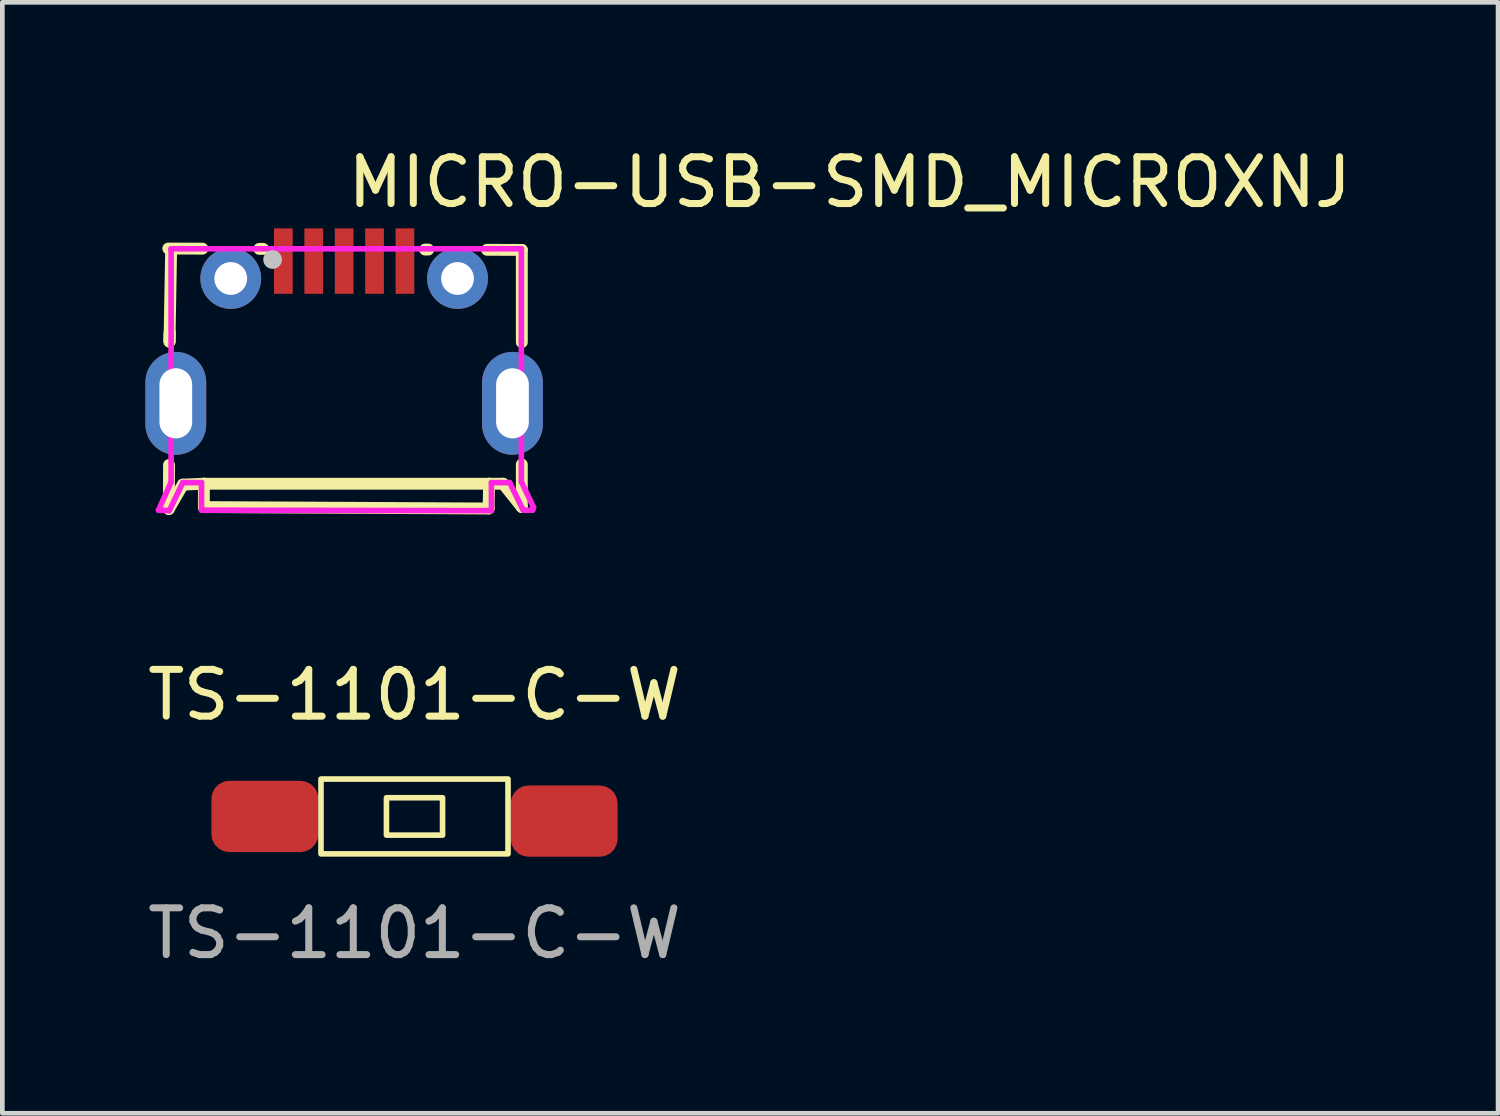
<source format=kicad_pcb>
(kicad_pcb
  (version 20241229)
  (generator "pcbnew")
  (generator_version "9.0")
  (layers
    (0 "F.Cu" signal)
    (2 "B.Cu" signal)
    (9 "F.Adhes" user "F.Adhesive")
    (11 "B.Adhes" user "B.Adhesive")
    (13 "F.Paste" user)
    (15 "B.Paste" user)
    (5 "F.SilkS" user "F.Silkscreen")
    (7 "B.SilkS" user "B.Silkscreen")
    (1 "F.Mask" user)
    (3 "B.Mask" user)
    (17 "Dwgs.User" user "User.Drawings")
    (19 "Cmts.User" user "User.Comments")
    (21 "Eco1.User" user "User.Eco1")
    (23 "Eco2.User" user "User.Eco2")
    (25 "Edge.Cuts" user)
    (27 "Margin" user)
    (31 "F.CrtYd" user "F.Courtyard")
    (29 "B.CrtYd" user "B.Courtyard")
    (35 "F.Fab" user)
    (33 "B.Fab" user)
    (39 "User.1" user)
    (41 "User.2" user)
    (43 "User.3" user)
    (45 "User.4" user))
  (footprint "MICRO-USB-SMD_MICROXNJ"
    (layer "F.Cu")
    (at 4.31 4.055)
    (property "Reference" "MICRO-USB-SMD_MICROXNJ" (at 0 -3.207 0) (layer "F.SilkS") (effects (font (size 1 1) (thickness 0.15)) (justify left)))
    (attr through_hole)
    (fp_line (start -3.76 -1.79) (end -3.031 -1.787) (stroke (width 0.254) (type solid)) (layer "F.SilkS"))
    (fp_line (start -3.75 3.78) (end -3.745 2.84) (stroke (width 0.254) (type solid)) (layer "F.SilkS"))
    (fp_line (start -3.735 0.201) (end -3.731 -0.007) (stroke (width 0.254) (type solid)) (layer "F.SilkS"))
    (fp_line (start -3.735 0.201) (end -3.7 -1.76) (stroke (width 0.254) (type solid)) (layer "F.SilkS"))
    (fp_line (start -3.733 0.2) (end -3.732 0.026) (stroke (width 0.254) (type solid)) (layer "F.SilkS"))
    (fp_line (start -3.45 3.26) (end -3.75 3.78) (stroke (width 0.254) (type solid)) (layer "F.SilkS"))
    (fp_line (start -3 3.24) (end -3.45 3.26) (stroke (width 0.254) (type solid)) (layer "F.SilkS"))
    (fp_line (start -3 3.24) (end -3 3.74) (stroke (width 0.254) (type solid)) (layer "F.SilkS"))
    (fp_line (start -3 3.24) (end 3.1 3.24) (stroke (width 0.254) (type solid)) (layer "F.SilkS"))
    (fp_line (start -3 3.74) (end 3.09 3.77) (stroke (width 0.254) (type solid)) (layer "F.SilkS"))
    (fp_line (start -1.814 -1.782) (end -1.731 -1.782) (stroke (width 0.254) (type solid)) (layer "F.SilkS"))
    (fp_line (start 1.731 -1.768) (end 1.799 -1.768) (stroke (width 0.254) (type solid)) (layer "F.SilkS"))
    (fp_line (start 3.056 -1.763) (end 3.8 -1.76) (stroke (width 0.254) (type solid)) (layer "F.SilkS"))
    (fp_line (start 3.09 3.77) (end 3.1 3.24) (stroke (width 0.254) (type solid)) (layer "F.SilkS"))
    (fp_line (start 3.1 3.24) (end 3.4 3.24) (stroke (width 0.254) (type solid)) (layer "F.SilkS"))
    (fp_line (start 3.4 3.24) (end 3.8 3.74) (stroke (width 0.254) (type solid)) (layer "F.SilkS"))
    (fp_line (start 3.8 -1.76) (end 3.8 0.213) (stroke (width 0.254) (type solid)) (layer "F.SilkS"))
    (fp_line (start 3.8 3.74) (end 3.8 2.829) (stroke (width 0.254) (type solid)) (layer "F.SilkS"))
    (fp_circle (center -2.425 -1.149) (end -2.1 -1.149) (stroke (width 0.65) (type solid)) (fill no) (layer "F.Paste"))
    (fp_circle (center 2.425 -1.149) (end 2.75 -1.149) (stroke (width 0.65) (type solid)) (fill no) (layer "F.Paste"))
    (fp_poly (pts (xy -1.1 -2.221) (xy -1.5 -2.221) (xy -1.5 -1.021) (xy -1.5 -0.821) (xy -1.1 -0.821) (xy -1.1 -1.058)) (stroke (width 0.12) (type solid)) (fill yes) (layer "F.Paste"))
    (fp_poly (pts (xy -0.45 -2.221) (xy -0.85 -2.221) (xy -0.85 -1.021) (xy -0.85 -0.821) (xy -0.45 -0.821) (xy -0.45 -1.058)) (stroke (width 0.12) (type solid)) (fill yes) (layer "F.Paste"))
    (fp_poly (pts (xy 0.2 -2.221) (xy -0.2 -2.221) (xy -0.2 -1.021) (xy -0.2 -0.821) (xy 0.2 -0.821) (xy 0.2 -1.058)) (stroke (width 0.12) (type solid)) (fill yes) (layer "F.Paste"))
    (fp_poly (pts (xy 0.85 -2.221) (xy 0.45 -2.221) (xy 0.45 -1.021) (xy 0.45 -0.821) (xy 0.85 -0.821) (xy 0.85 -1.058)) (stroke (width 0.12) (type solid)) (fill yes) (layer "F.Paste"))
    (fp_poly (pts (xy 1.5 -2.221) (xy 1.1 -2.221) (xy 1.1 -1.021) (xy 1.1 -0.821) (xy 1.5 -0.821) (xy 1.5 -1.058)) (stroke (width 0.12) (type solid)) (fill yes) (layer "F.Paste"))
    (fp_poly (pts (xy -4.25 1.071) (xy -4.237 0.944) (xy -4.2 0.822) (xy -4.14 0.71) (xy -4.06 0.612) (xy -3.961 0.531) (xy -3.849 0.471) (xy -3.727 0.434) (xy -3.6 0.421) (xy -3.473 0.434) (xy -3.351 0.471) (xy -3.239 0.531) (xy -3.14 0.612) (xy -3.059 0.71) (xy -2.999 0.822) (xy -2.962 0.944) (xy -2.95 1.071) (xy -2.95 1.971) (xy -2.962 2.098) (xy -2.999 2.22) (xy -3.059 2.332) (xy -3.14 2.431) (xy -3.239 2.512) (xy -3.351 2.572) (xy -3.473 2.609) (xy -3.6 2.621) (xy -3.727 2.609) (xy -3.849 2.572) (xy -3.961 2.512) (xy -4.06 2.431) (xy -4.14 2.332) (xy -4.2 2.22) (xy -4.237 2.098) (xy -4.25 1.971)) (stroke (width 0.12) (type solid)) (fill yes) (layer "F.Paste"))
    (fp_poly (pts (xy 2.95 1.071) (xy 2.962 0.944) (xy 2.999 0.822) (xy 3.06 0.71) (xy 3.14 0.612) (xy 3.239 0.531) (xy 3.351 0.471) (xy 3.473 0.434) (xy 3.6 0.421) (xy 3.727 0.434) (xy 3.849 0.471) (xy 3.961 0.531) (xy 4.06 0.612) (xy 4.14 0.71) (xy 4.201 0.822) (xy 4.238 0.944) (xy 4.25 1.071) (xy 4.25 1.971) (xy 4.238 2.098) (xy 4.201 2.22) (xy 4.14 2.332) (xy 4.06 2.431) (xy 3.961 2.512) (xy 3.849 2.572) (xy 3.727 2.609) (xy 3.6 2.621) (xy 3.473 2.609) (xy 3.351 2.572) (xy 3.239 2.512) (xy 3.14 2.431) (xy 3.06 2.332) (xy 2.999 2.22) (xy 2.962 2.098) (xy 2.95 1.971)) (stroke (width 0.12) (type solid)) (fill yes) (layer "F.Paste"))
    (fp_circle (center -1.53 -1.554) (end -1.43 -1.554) (stroke (width 0.2) (type solid)) (fill no) (layer "Dwgs.User"))
    (fp_circle (center -3.97 -1.841) (end -3.94 -1.841) (stroke (width 0.06) (type solid)) (fill no) (layer "Eco2.User"))
    (fp_poly (pts (xy -3.75 1.066) (xy -3.45 1.066) (xy -3.45 1.976) (xy -3.75 1.976)) (stroke (width 0.12) (type solid)) (fill no) (layer "Eco2.User"))
    (fp_poly (pts (xy -2.675 -1.049) (xy -2.675 -1.249) (xy -2.175 -1.249) (xy -2.175 -1.049)) (stroke (width 0.12) (type solid)) (fill no) (layer "Eco2.User"))
    (fp_poly (pts (xy -1.425 -0.841) (xy -1.425 -1.841) (xy -1.175 -1.841) (xy -1.175 -0.841)) (stroke (width 0.12) (type solid)) (fill no) (layer "Eco2.User"))
    (fp_poly (pts (xy -0.775 -0.841) (xy -0.775 -1.841) (xy -0.525 -1.841) (xy -0.525 -0.841)) (stroke (width 0.12) (type solid)) (fill no) (layer "Eco2.User"))
    (fp_poly (pts (xy -0.125 -0.841) (xy -0.125 -1.841) (xy 0.125 -1.841) (xy 0.125 -0.841)) (stroke (width 0.12) (type solid)) (fill no) (layer "Eco2.User"))
    (fp_poly (pts (xy 0.525 -0.841) (xy 0.525 -1.841) (xy 0.775 -1.841) (xy 0.775 -0.841)) (stroke (width 0.12) (type solid)) (fill no) (layer "Eco2.User"))
    (fp_poly (pts (xy 1.175 -0.841) (xy 1.175 -1.841) (xy 1.425 -1.841) (xy 1.425 -0.841)) (stroke (width 0.12) (type solid)) (fill no) (layer "Eco2.User"))
    (fp_poly (pts (xy 2.175 -1.049) (xy 2.175 -1.249) (xy 2.675 -1.249) (xy 2.675 -1.049)) (stroke (width 0.12) (type solid)) (fill no) (layer "Eco2.User"))
    (fp_poly (pts (xy 3.45 1.066) (xy 3.75 1.066) (xy 3.75 1.976) (xy 3.45 1.976)) (stroke (width 0.12) (type solid)) (fill no) (layer "Eco2.User"))
    (fp_line (start -3.97 3.806) (end -3.7 3.206) (stroke (width 0.12) (type solid)) (layer "F.CrtYd"))
    (fp_line (start -3.74 3.816) (end -3.97 3.806) (stroke (width 0.12) (type solid)) (layer "F.CrtYd"))
    (fp_line (start -3.7 -1.784) (end 3.79 -1.784) (stroke (width 0.12) (type solid)) (layer "F.CrtYd"))
    (fp_line (start -3.7 -1.774) (end -3.7 -1.784) (stroke (width 0.12) (type solid)) (layer "F.CrtYd"))
    (fp_line (start -3.7 3.206) (end -3.7 -1.774) (stroke (width 0.12) (type solid)) (layer "F.CrtYd"))
    (fp_line (start -3.45 3.216) (end -3.74 3.816) (stroke (width 0.12) (type solid)) (layer "F.CrtYd"))
    (fp_line (start -3.05 3.216) (end -3.45 3.216) (stroke (width 0.12) (type solid)) (layer "F.CrtYd"))
    (fp_line (start -3.05 3.806) (end -3.05 3.216) (stroke (width 0.12) (type solid)) (layer "F.CrtYd"))
    (fp_line (start -3.03 3.806) (end -3.05 3.806) (stroke (width 0.12) (type solid)) (layer "F.CrtYd"))
    (fp_line (start 3.15 3.216) (end 3.15 3.816) (stroke (width 0.12) (type solid)) (layer "F.CrtYd"))
    (fp_line (start 3.15 3.816) (end -3.03 3.806) (stroke (width 0.12) (type solid)) (layer "F.CrtYd"))
    (fp_line (start 3.54 3.216) (end 3.15 3.216) (stroke (width 0.12) (type solid)) (layer "F.CrtYd"))
    (fp_line (start 3.79 -1.784) (end 3.79 3.196) (stroke (width 0.12) (type solid)) (layer "F.CrtYd"))
    (fp_line (start 3.79 3.196) (end 4.05 3.746) (stroke (width 0.12) (type solid)) (layer "F.CrtYd"))
    (fp_line (start 3.83 3.806) (end 3.54 3.216) (stroke (width 0.12) (type solid)) (layer "F.CrtYd"))
    (fp_line (start 4.03 3.806) (end 3.83 3.806) (stroke (width 0.12) (type solid)) (layer "F.CrtYd"))
    (fp_line (start 4.05 3.746) (end 4.03 3.806) (stroke (width 0.12) (type solid)) (layer "F.CrtYd"))
    (pad "1" smd rect (at -1.3 -1.521 270) (size 1.4 0.4) (layers "F.Cu" "F.Mask" "F.Paste"))
    (pad "2" smd rect (at -0.65 -1.521 270) (size 1.4 0.4) (layers "F.Cu" "F.Mask" "F.Paste"))
    (pad "3" smd rect (at 0 -1.521 270) (size 1.4 0.4) (layers "F.Cu" "F.Mask" "F.Paste"))
    (pad "4" smd rect (at 0.65 -1.521 270) (size 1.4 0.4) (layers "F.Cu" "F.Mask" "F.Paste"))
    (pad "5" smd rect (at 1.3 -1.521 270) (size 1.4 0.4) (layers "F.Cu" "F.Mask" "F.Paste"))
    (pad "6" thru_hole circle (at 2.425 -1.149) (size 1.3 1.3) (drill 0.7) (layers "*.Cu" "*.Mask"))
    (pad "7" thru_hole oval (at 3.6 1.521) (size 1.3 2.2) (drill oval 0.7 1.5) (layers "*.Cu" "*.Mask"))
    (pad "8" thru_hole oval (at -3.6 1.521) (size 1.3 2.2) (drill oval 0.7 1.5) (layers "*.Cu" "*.Mask"))
    (pad "9" thru_hole circle (at -2.425 -1.149) (size 1.3 1.3) (drill 0.7) (layers "*.Cu" "*.Mask")))
  (footprint "TS-1101-C-W"
    (layer "F.Cu")
    (at 5.815 14.411)
    (property "Reference" "TS-1101-C-W" (at 0 -2.6 0) (unlocked yes) (layer "F.SilkS") (effects (font (size 1 1) (thickness 0.15))))
    (attr smd)
    (fp_rect (start -2 -0.8) (end 2 0.8) (stroke (width 0.12) (type solid)) (fill no) (layer "F.SilkS"))
    (fp_rect (start -0.6 -0.4) (end 0.6 0.4) (stroke (width 0.12) (type solid)) (fill no) (layer "F.SilkS"))
    (fp_text user "${REFERENCE}" (at 0 2.5 0) (unlocked yes) (layer "F.Fab") (effects (font (size 1 1) (thickness 0.15))))
    (pad "1" smd roundrect (at 3.2 0.1) (size 2.286 1.524) (layers "F.Cu" "F.Mask" "F.Paste") (roundrect_rratio 0.25))
    (pad "2" smd roundrect (at -3.2 0) (size 2.286 1.524) (layers "F.Cu" "F.Mask" "F.Paste") (roundrect_rratio 0.25)))
  (gr_rect
    (start -3 -3)
    (end 28.989 20.759)
    (stroke (width 0.1) (type default))
    (fill no)
    (layer "Edge.Cuts")))
</source>
